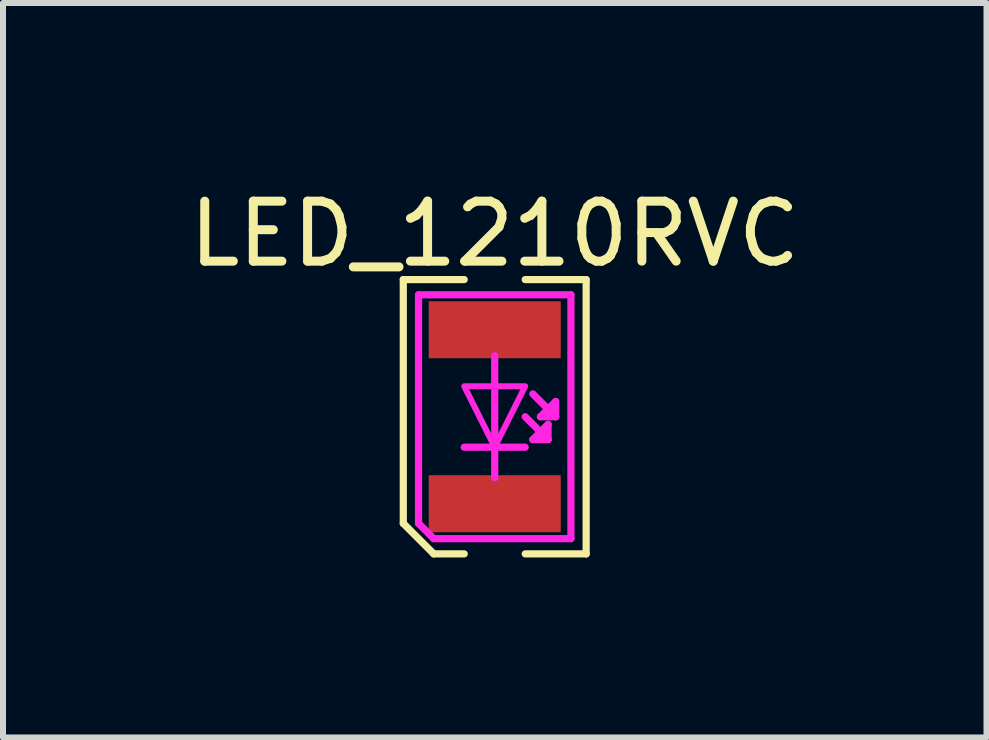
<source format=kicad_pcb>
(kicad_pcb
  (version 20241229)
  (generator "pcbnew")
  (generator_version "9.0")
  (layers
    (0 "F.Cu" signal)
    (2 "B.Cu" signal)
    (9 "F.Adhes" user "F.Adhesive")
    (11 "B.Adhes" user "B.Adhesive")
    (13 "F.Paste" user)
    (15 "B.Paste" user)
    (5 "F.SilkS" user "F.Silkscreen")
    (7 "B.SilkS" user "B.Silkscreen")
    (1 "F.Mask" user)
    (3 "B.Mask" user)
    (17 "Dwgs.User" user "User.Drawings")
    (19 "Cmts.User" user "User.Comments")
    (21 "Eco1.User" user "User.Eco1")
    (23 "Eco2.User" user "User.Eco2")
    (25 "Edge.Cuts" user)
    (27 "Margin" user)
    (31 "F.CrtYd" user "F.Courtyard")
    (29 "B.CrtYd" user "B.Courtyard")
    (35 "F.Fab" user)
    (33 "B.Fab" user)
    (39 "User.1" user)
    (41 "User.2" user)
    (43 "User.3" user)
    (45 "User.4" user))
  (footprint "LED_1210RVC"
    (layer "F.Cu")
    (at 5.196 3.896)
    (property "Reference" "LED_1210RVC" (at 0 -3.048 0) (layer "F.SilkS") (effects (font (size 1 1) (thickness 0.15))))
    (attr smd)
    (fp_line (start -1.524 -2.286) (end -0.508 -2.286) (stroke (width 0.12) (type solid)) (layer "F.SilkS"))
    (fp_line (start -1.524 1.778) (end -1.524 -2.286) (stroke (width 0.12) (type solid)) (layer "F.SilkS"))
    (fp_line (start -1.524 1.778) (end -1.016 2.286) (stroke (width 0.12) (type solid)) (layer "F.SilkS"))
    (fp_line (start -1.016 2.286) (end -0.508 2.286) (stroke (width 0.12) (type solid)) (layer "F.SilkS"))
    (fp_line (start 1.524 -2.286) (end 0.508 -2.286) (stroke (width 0.12) (type solid)) (layer "F.SilkS"))
    (fp_line (start 1.524 -2.286) (end 1.524 2.286) (stroke (width 0.12) (type solid)) (layer "F.SilkS"))
    (fp_line (start 1.524 2.286) (end 0.508 2.286) (stroke (width 0.12) (type solid)) (layer "F.SilkS"))
    (fp_line (start -1.27 -2.032) (end 1.27 -2.032) (stroke (width 0.12) (type solid)) (layer "F.CrtYd"))
    (fp_line (start -1.27 1.778) (end -1.27 -2.032) (stroke (width 0.12) (type solid)) (layer "F.CrtYd"))
    (fp_line (start -1.016 2.032) (end -1.27 1.778) (stroke (width 0.12) (type solid)) (layer "F.CrtYd"))
    (fp_line (start -0.508 0.508) (end 0.508 0.508) (stroke (width 0.12) (type solid)) (layer "F.CrtYd"))
    (fp_line (start 0 -1.016) (end 0 1.016) (stroke (width 0.12) (type solid)) (layer "F.CrtYd"))
    (fp_line (start 0.508 0) (end 0.762 0.254) (stroke (width 0.12) (type solid)) (layer "F.CrtYd"))
    (fp_line (start 0.635 -0.381) (end 0.889 -0.127) (stroke (width 0.12) (type solid)) (layer "F.CrtYd"))
    (fp_line (start 0.635 0.381) (end 0.889 0.381) (stroke (width 0.12) (type solid)) (layer "F.CrtYd"))
    (fp_line (start 0.762 0) (end 1.016 0) (stroke (width 0.12) (type solid)) (layer "F.CrtYd"))
    (fp_line (start 0.762 0.254) (end 0.635 0.381) (stroke (width 0.12) (type solid)) (layer "F.CrtYd"))
    (fp_line (start 0.762 0.254) (end 0.889 0.381) (stroke (width 0.12) (type solid)) (layer "F.CrtYd"))
    (fp_line (start 0.889 -0.127) (end 0.762 0) (stroke (width 0.12) (type solid)) (layer "F.CrtYd"))
    (fp_line (start 0.889 -0.127) (end 1.016 0) (stroke (width 0.12) (type solid)) (layer "F.CrtYd"))
    (fp_line (start 0.889 0.127) (end 0.762 0.254) (stroke (width 0.12) (type solid)) (layer "F.CrtYd"))
    (fp_line (start 0.889 0.381) (end 0.889 0.127) (stroke (width 0.12) (type solid)) (layer "F.CrtYd"))
    (fp_line (start 1.016 -0.254) (end 0.889 -0.127) (stroke (width 0.12) (type solid)) (layer "F.CrtYd"))
    (fp_line (start 1.016 0) (end 1.016 -0.254) (stroke (width 0.12) (type solid)) (layer "F.CrtYd"))
    (fp_line (start 1.27 -2.032) (end 1.27 2.032) (stroke (width 0.12) (type solid)) (layer "F.CrtYd"))
    (fp_line (start 1.27 2.032) (end -1.016 2.032) (stroke (width 0.12) (type solid)) (layer "F.CrtYd"))
    (fp_poly (pts (xy 0 0.508) (xy -0.508 -0.508) (xy 0.508 -0.508)) (stroke (width 0.1) (type solid)) (fill no) (layer "F.CrtYd"))
    (pad "1" smd rect (at 0 1.45) (size 2.2 0.95) (layers "F.Cu" "F.Mask" "F.Paste"))
    (pad "2" smd rect (at 0 -1.45) (size 2.2 0.95) (layers "F.Cu" "F.Mask" "F.Paste")))
  (gr_rect
    (start -3 -3)
    (end 13.393 9.242)
    (stroke (width 0.1) (type default))
    (fill no)
    (layer "Edge.Cuts")))
</source>
